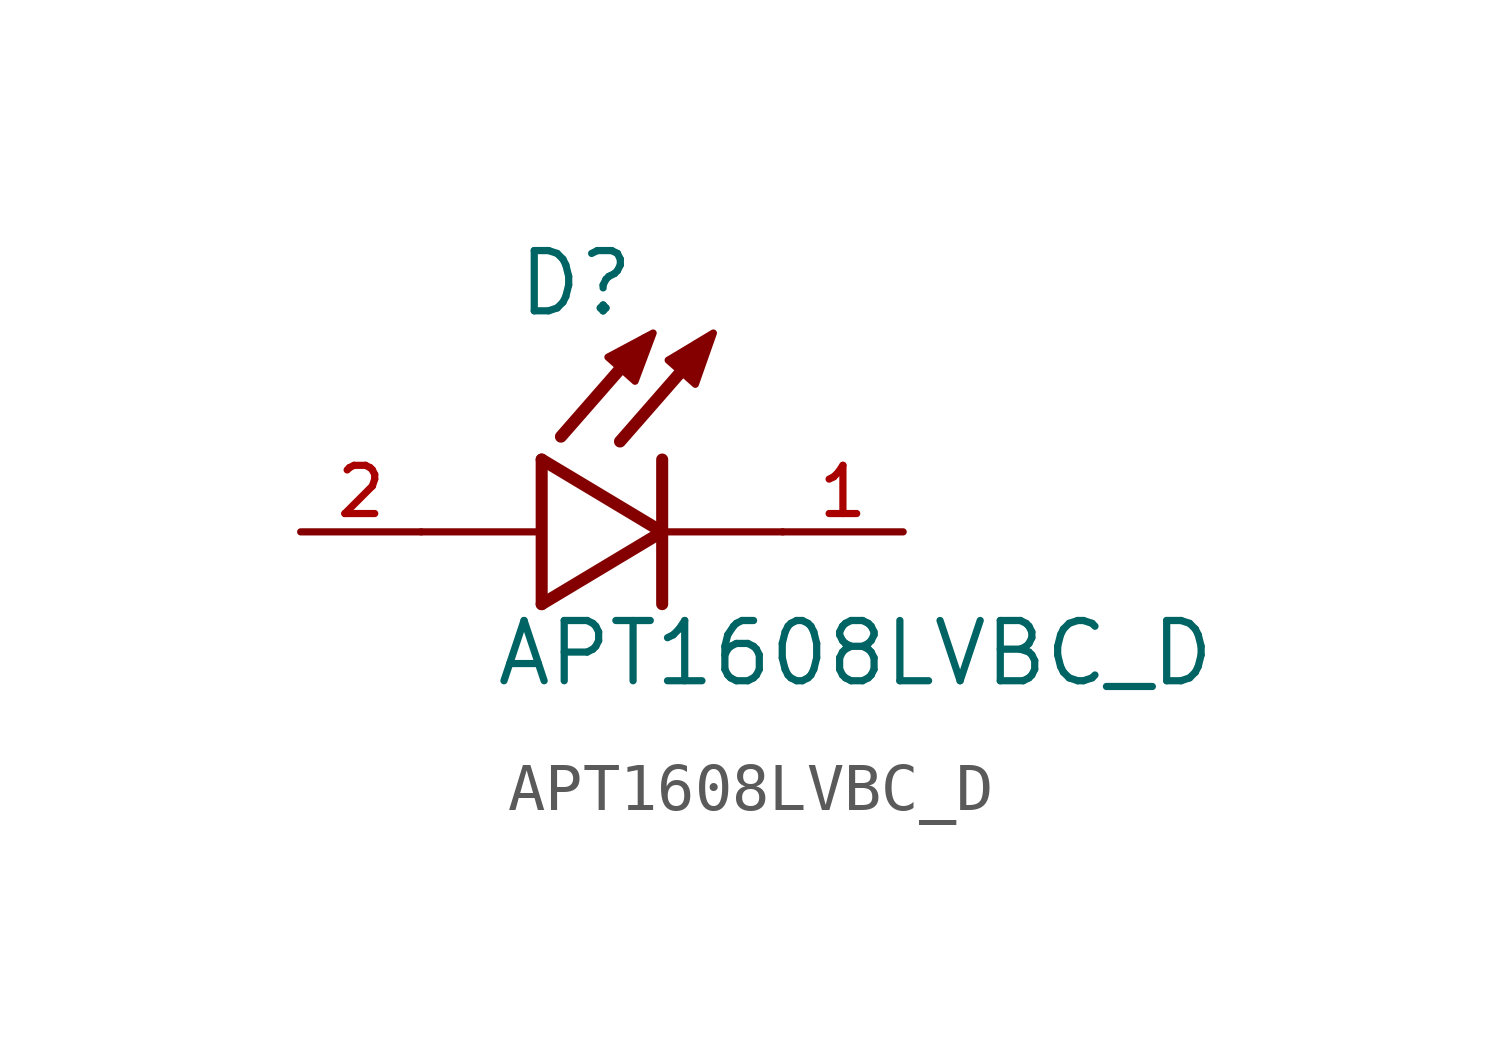
<source format=kicad_sym>
(kicad_symbol_lib
  (version 20211014)
  (generator kicad_symbol_editor)
  (symbol "APT1608LVBC_D"
    (pin_names
      (offset 1.016))
    (property "Reference" "D"
      (at -3.099 4.496 0)
      (effects (font (size 1.27 1.27)) (justify bottom left)))
    (property "Value" "APT1608LVBC_D"
      (at -3.556 -3.302 0)
      (effects (font (size 1.27 1.27)) (justify bottom left)))
    (symbol "APT1608LVBC_D_0_0"
      (polyline (pts (xy -2.54 1.524) (xy -2.54 -1.524)) (stroke (width 0.254)))
      (polyline (pts (xy -2.54 -1.524) (xy 0.0 0.0)) (stroke (width 0.254)))
      (polyline (pts (xy 0.0 0.0) (xy -2.54 1.524)) (stroke (width 0.254)))
      (polyline (pts (xy 0.0 1.524) (xy 0.0 0.0)) (stroke (width 0.254)))
      (polyline (pts (xy 0.0 0.0) (xy 0.0 -1.524)) (stroke (width 0.254)))
      (polyline (pts (xy -2.54 0.0) (xy -5.08 0.0)) (stroke (width 0.152)))
      (polyline (pts (xy 0.889 3.937) (xy -0.889 1.905)) (stroke (width 0.254)))
      (polyline (pts (xy -0.356 4.039) (xy -2.134 2.007)) (stroke (width 0.254)))
      (polyline (pts (xy 2.54 0.0) (xy 0.0 0.0)) (stroke (width 0.152)))
      (polyline (pts (xy -1.143 3.683) (xy -0.572 3.175) (xy -0.191 4.191) (xy -1.143 3.683)) (stroke (width 0.152)) (fill (type outline)))
      (polyline (pts (xy 0.127 3.619) (xy 0.699 3.111) (xy 1.079 4.191) (xy 0.127 3.619)) (stroke (width 0.152)) (fill (type outline)))
      (pin passive line (at 5.08 0.0 180.0) (length 2.54) (name "~" (effects (font (size 1.016 1.016)))) (number "1" (effects (font (size 1.016 1.016)))))
      (pin passive line (at -7.62 0.0 0) (length 2.54) (name "~" (effects (font (size 1.016 1.016)))) (number "2" (effects (font (size 1.016 1.016))))))))
</source>
